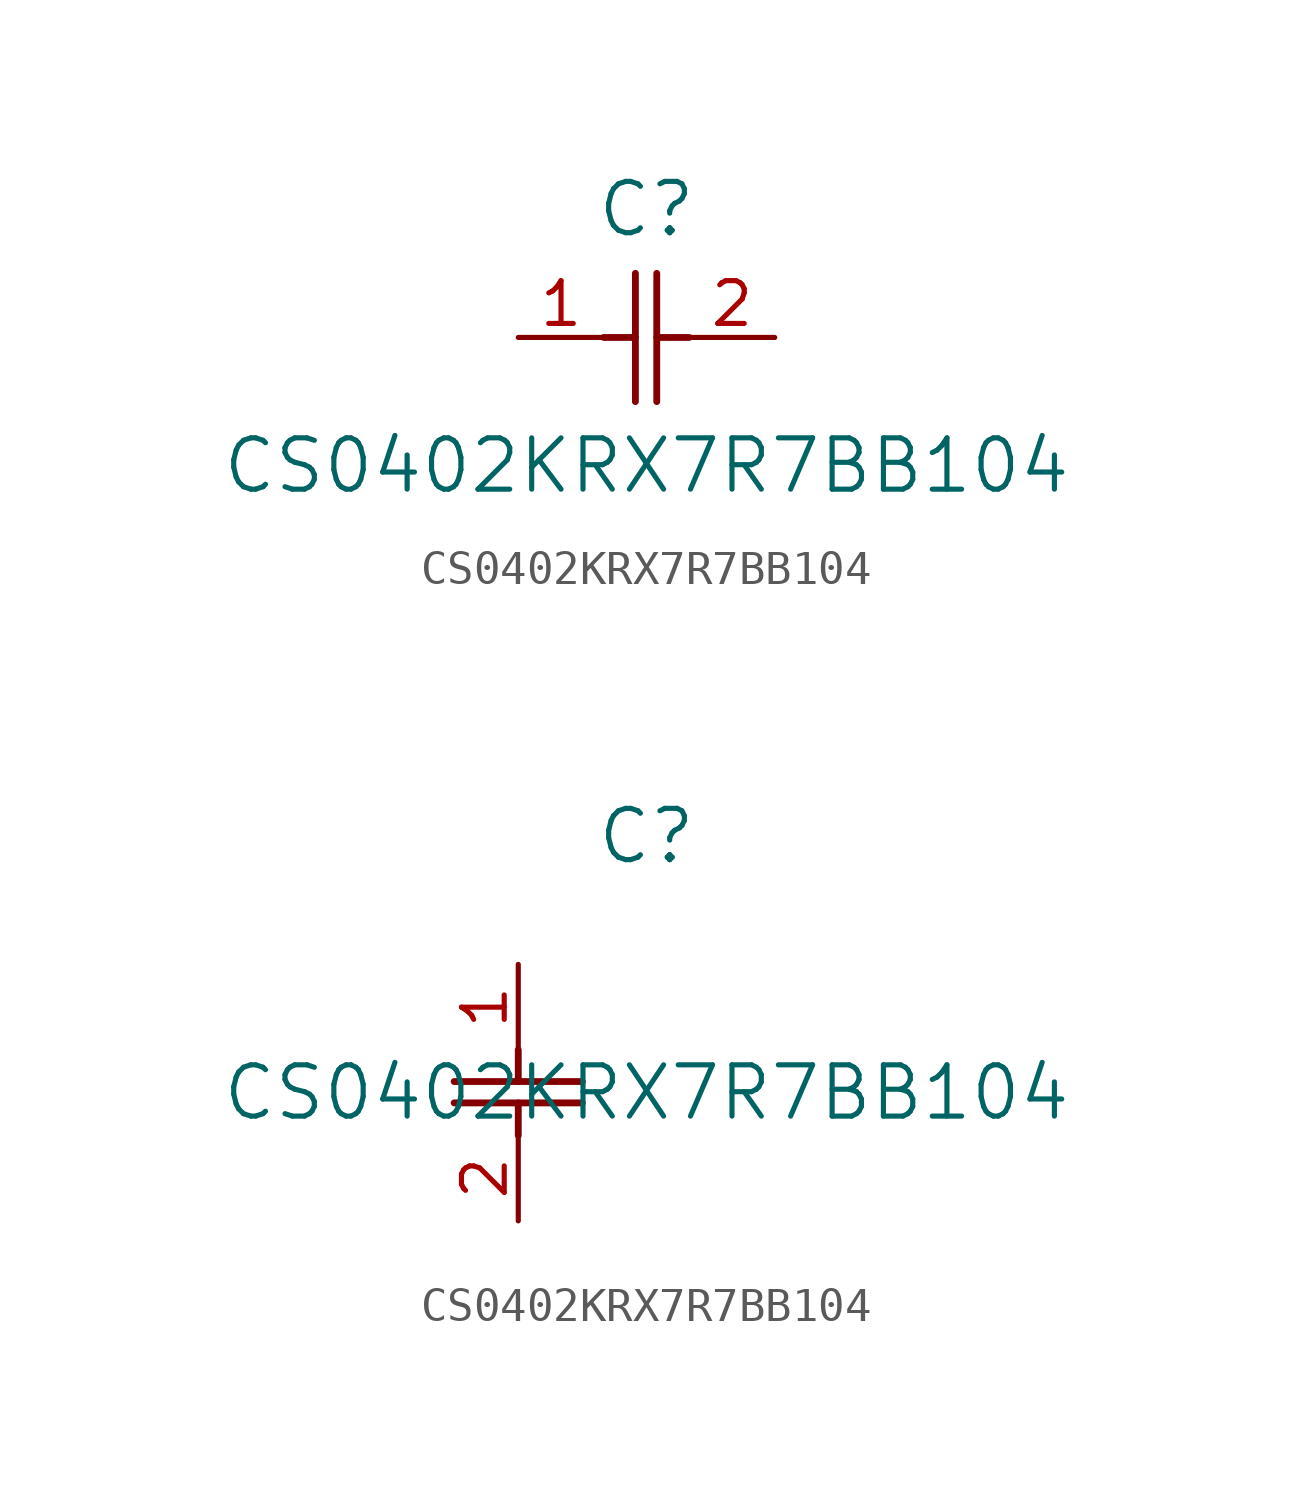
<source format=kicad_sym>
(kicad_symbol_lib
  (version 20211014)
  (generator kicad_symbol_editor)
  (symbol "CS0402KRX7R7BB104"
    (pin_names
      (offset 0.254))
    (property "Reference" "C"
      (at 3.81 3.81 0)
      (effects (font (size 1.524 1.524))))
    (property "Value" "CS0402KRX7R7BB104"
      (at 3.81 -3.81 0)
      (effects (font (size 1.524 1.524))))
    (symbol "CS0402KRX7R7BB104_1_1"
      (polyline (pts (xy 3.48 -1.905) (xy 3.48 1.905)) (stroke (width 0.203) (type default) (color 0 0 0 0)) (fill (type none)))
      (polyline (pts (xy 4.115 -1.905) (xy 4.115 1.905)) (stroke (width 0.203) (type default) (color 0 0 0 0)) (fill (type none)))
      (polyline (pts (xy 4.115 0) (xy 5.08 0)) (stroke (width 0.203) (type default) (color 0 0 0 0)) (fill (type none)))
      (polyline (pts (xy 2.54 0) (xy 3.48 0)) (stroke (width 0.203) (type default) (color 0 0 0 0)) (fill (type none)))
      (pin unspecified line (at 0 0 0) (length 2.54) (name "" (effects (font (size 1.27 1.27)))) (number "1" (effects (font (size 1.27 1.27)))))
      (pin unspecified line (at 7.62 0 180) (length 2.54) (name "" (effects (font (size 1.27 1.27)))) (number "2" (effects (font (size 1.27 1.27))))))
    (symbol "CS0402KRX7R7BB104_1_2"
      (polyline (pts (xy -1.905 -3.48) (xy 1.905 -3.48)) (stroke (width 0.203) (type default) (color 0 0 0 0)) (fill (type none)))
      (polyline (pts (xy -1.905 -4.115) (xy 1.905 -4.115)) (stroke (width 0.203) (type default) (color 0 0 0 0)) (fill (type none)))
      (polyline (pts (xy 0 -4.115) (xy 0 -5.08)) (stroke (width 0.203) (type default) (color 0 0 0 0)) (fill (type none)))
      (polyline (pts (xy 0 -2.54) (xy 0 -3.48)) (stroke (width 0.203) (type default) (color 0 0 0 0)) (fill (type none)))
      (pin unspecified line (at 0 0 270) (length 2.54) (name "" (effects (font (size 1.27 1.27)))) (number "1" (effects (font (size 1.27 1.27)))))
      (pin unspecified line (at 0 -7.62 90) (length 2.54) (name "" (effects (font (size 1.27 1.27)))) (number "2" (effects (font (size 1.27 1.27))))))))
</source>
